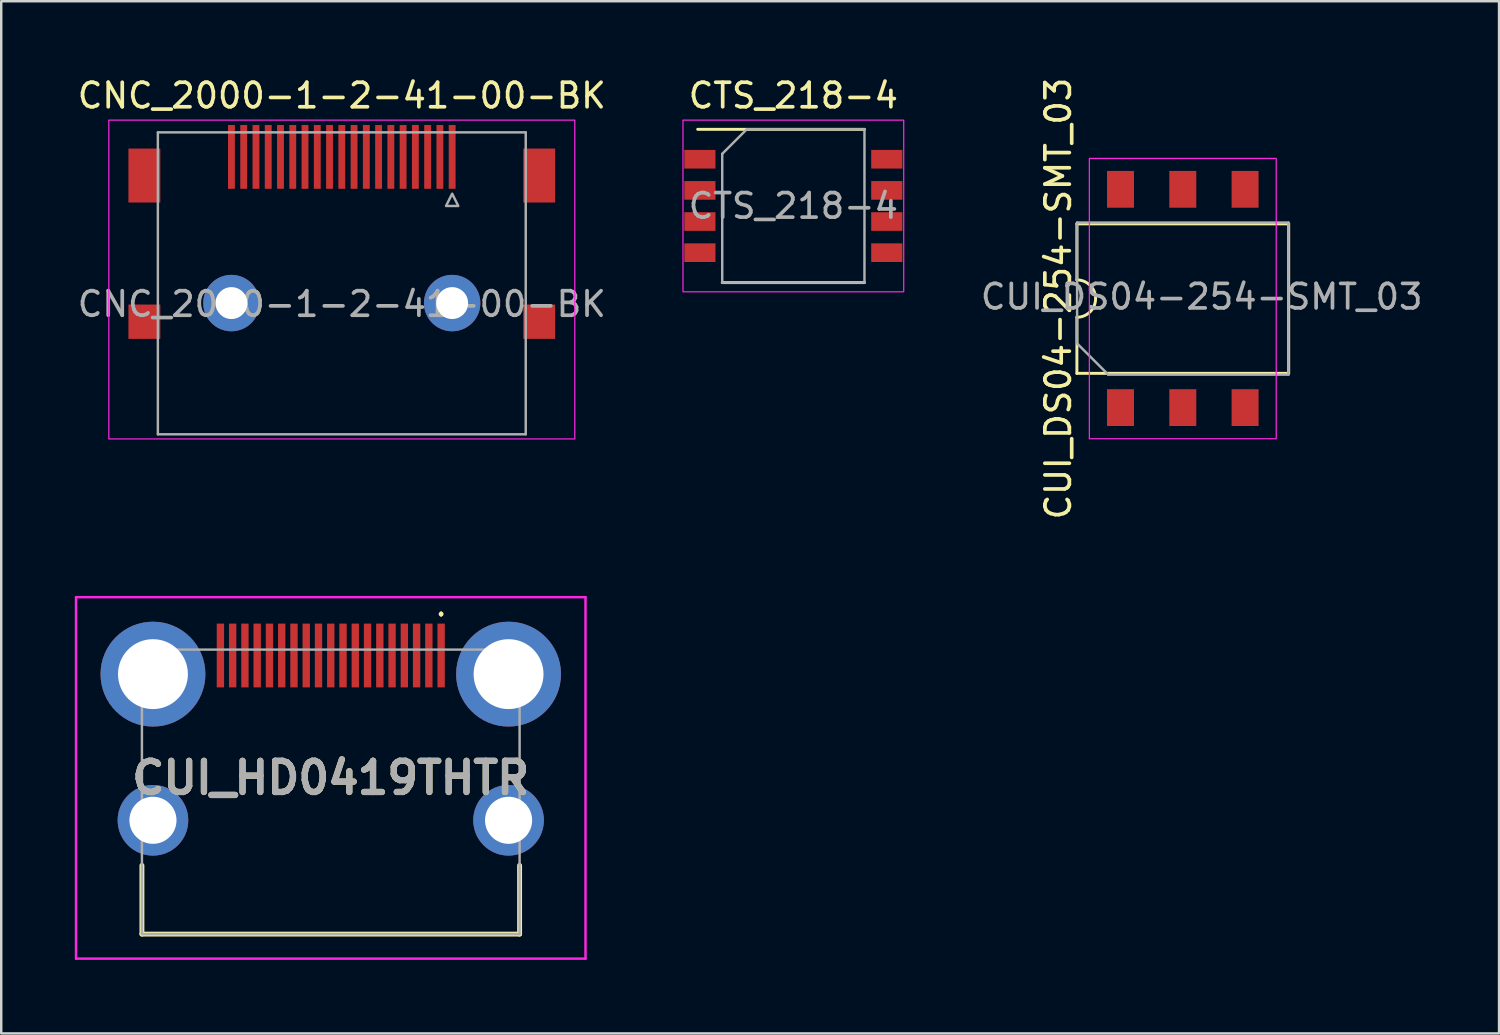
<source format=kicad_pcb>
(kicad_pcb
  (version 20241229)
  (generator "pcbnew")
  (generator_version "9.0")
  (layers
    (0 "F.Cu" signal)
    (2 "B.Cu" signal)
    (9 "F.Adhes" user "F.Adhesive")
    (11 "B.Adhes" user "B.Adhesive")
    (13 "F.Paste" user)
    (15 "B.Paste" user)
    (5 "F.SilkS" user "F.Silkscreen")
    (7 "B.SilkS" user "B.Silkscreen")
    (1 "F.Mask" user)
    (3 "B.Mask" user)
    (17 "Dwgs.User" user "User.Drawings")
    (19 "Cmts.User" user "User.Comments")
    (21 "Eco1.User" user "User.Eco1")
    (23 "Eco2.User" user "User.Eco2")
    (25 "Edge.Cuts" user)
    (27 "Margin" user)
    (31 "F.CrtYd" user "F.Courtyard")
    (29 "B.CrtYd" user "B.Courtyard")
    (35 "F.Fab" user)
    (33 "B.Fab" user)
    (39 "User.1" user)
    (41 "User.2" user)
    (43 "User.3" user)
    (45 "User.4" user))
  (footprint "CNC_2000-1-2-41-00-BK"
    (layer "F.Cu")
    (at 10.887 3.348)
    (property "Reference" "CNC_2000-1-2-41-00-BK" (at 0 -2.5 0) (unlocked yes) (layer "F.SilkS") (effects (font (size 1 1) (thickness 0.15))))
    (attr through_hole)
    (fp_rect (start -9.5 -1.5) (end 9.5 11.5) (stroke (width 0.05) (type solid)) (fill no) (layer "F.CrtYd"))
    (fp_line (start -7.5 -1) (end -7.5 11.31) (stroke (width 0.1) (type solid)) (layer "F.Fab"))
    (fp_line (start -7.5 11.31) (end 7.5 11.31) (stroke (width 0.1) (type solid)) (layer "F.Fab"))
    (fp_line (start 7.5 -1) (end -7.5 -1) (stroke (width 0.1) (type solid)) (layer "F.Fab"))
    (fp_line (start 7.5 11.31) (end 7.5 -1) (stroke (width 0.1) (type solid)) (layer "F.Fab"))
    (fp_poly (pts (xy 4.75 2) (xy 4.25 2) (xy 4.5 1.5)) (stroke (width 0.1) (type solid)) (fill no) (layer "F.Fab"))
    (fp_text user "${REFERENCE}" (at 0 6 0) (unlocked yes) (layer "F.Fab") (effects (font (size 1 1) (thickness 0.15))))
    (pad "1" smd rect (at 4.5 0) (size 0.28 2.6) (layers "F.Cu" "F.Mask" "F.Paste"))
    (pad "2" smd rect (at 4 0) (size 0.28 2.6) (layers "F.Cu" "F.Mask" "F.Paste"))
    (pad "3" smd rect (at 3.5 0) (size 0.28 2.6) (layers "F.Cu" "F.Mask" "F.Paste"))
    (pad "4" smd rect (at 3 0) (size 0.28 2.6) (layers "F.Cu" "F.Mask" "F.Paste"))
    (pad "5" smd rect (at 2.5 0) (size 0.28 2.6) (layers "F.Cu" "F.Mask" "F.Paste"))
    (pad "6" smd rect (at 2 0) (size 0.28 2.6) (layers "F.Cu" "F.Mask" "F.Paste"))
    (pad "7" smd rect (at 1.5 0) (size 0.28 2.6) (layers "F.Cu" "F.Mask" "F.Paste"))
    (pad "8" smd rect (at 1 0) (size 0.28 2.6) (layers "F.Cu" "F.Mask" "F.Paste"))
    (pad "9" smd rect (at 0.5 0) (size 0.28 2.6) (layers "F.Cu" "F.Mask" "F.Paste"))
    (pad "10" smd rect (at 0 0) (size 0.28 2.6) (layers "F.Cu" "F.Mask" "F.Paste"))
    (pad "11" smd rect (at -0.5 0) (size 0.28 2.6) (layers "F.Cu" "F.Mask" "F.Paste"))
    (pad "12" smd rect (at -1 0) (size 0.28 2.6) (layers "F.Cu" "F.Mask" "F.Paste"))
    (pad "13" smd rect (at -1.5 0) (size 0.28 2.6) (layers "F.Cu" "F.Mask" "F.Paste"))
    (pad "14" smd rect (at -2 0) (size 0.28 2.6) (layers "F.Cu" "F.Mask" "F.Paste"))
    (pad "15" smd rect (at -2.5 0) (size 0.28 2.6) (layers "F.Cu" "F.Mask" "F.Paste"))
    (pad "16" smd rect (at -3 0) (size 0.28 2.6) (layers "F.Cu" "F.Mask" "F.Paste"))
    (pad "17" smd rect (at -3.5 0) (size 0.28 2.6) (layers "F.Cu" "F.Mask" "F.Paste"))
    (pad "18" smd rect (at -4 0) (size 0.28 2.6) (layers "F.Cu" "F.Mask" "F.Paste"))
    (pad "19" smd rect (at -4.5 0) (size 0.28 2.6) (layers "F.Cu" "F.Mask" "F.Paste"))
    (pad "SHLD" smd rect (at -8.05 0.76) (size 1.3 2.2) (layers "F.Cu" "F.Mask" "F.Paste"))
    (pad "SHLD" smd rect (at -8.05 6.72) (size 1.3 1.4) (layers "F.Cu" "F.Mask" "F.Paste"))
    (pad "SHLD" thru_hole circle (at -4.5 5.96) (size 2.3 2.3) (drill 1.3) (layers "*.Cu" "*.Mask"))
    (pad "SHLD" thru_hole circle (at 4.5 5.96) (size 2.3 2.3) (drill 1.3) (layers "*.Cu" "*.Mask"))
    (pad "SHLD" smd rect (at 8.05 0.76) (size 1.3 2.2) (layers "F.Cu" "F.Mask" "F.Paste"))
    (pad "SHLD" smd rect (at 8.05 6.72) (size 1.3 1.4) (layers "F.Cu" "F.Mask" "F.Paste")))
  (footprint "CUI_DS04-254-SMT_03"
    (layer "F.Cu")
    (at 45.179 9.125)
    (property "Reference" "CUI_DS04-254-SMT_03" (at -5.08 0 90) (unlocked yes) (layer "F.SilkS") (effects (font (size 1 1) (thickness 0.15))))
    (attr smd)
    (fp_line (start -4.318 -3.048) (end 4.318 -3.048) (stroke (width 0.12) (type solid)) (layer "F.SilkS"))
    (fp_line (start -4.318 -0.762) (end -4.318 -3.048) (stroke (width 0.12) (type solid)) (layer "F.SilkS"))
    (fp_line (start -4.318 0.762) (end -4.318 3.048) (stroke (width 0.12) (type solid)) (layer "F.SilkS"))
    (fp_line (start 4.318 -3.048) (end 4.318 3.048) (stroke (width 0.12) (type solid)) (layer "F.SilkS"))
    (fp_line (start 4.318 3.048) (end -4.318 3.048) (stroke (width 0.12) (type solid)) (layer "F.SilkS"))
    (fp_arc (start -4.318 -0.762) (mid -3.556 0) (end -4.318 0.762) (stroke (width 0.12) (type solid)) (layer "F.SilkS"))
    (fp_rect (start -3.81 -5.715) (end 3.81 5.715) (stroke (width 0.05) (type solid)) (fill no) (layer "F.CrtYd"))
    (fp_line (start -4.31 -3.1) (end -4.31 1.83) (stroke (width 0.1) (type solid)) (layer "F.Fab"))
    (fp_line (start -4.31 -3.1) (end 4.31 -3.1) (stroke (width 0.1) (type solid)) (layer "F.Fab"))
    (fp_line (start -4.31 1.83) (end -3.04 3.1) (stroke (width 0.1) (type solid)) (layer "F.Fab"))
    (fp_line (start -3.04 3.1) (end 4.31 3.1) (stroke (width 0.1) (type solid)) (layer "F.Fab"))
    (fp_line (start 4.31 3.1) (end 4.31 -3.1) (stroke (width 0.1) (type solid)) (layer "F.Fab"))
    (fp_text user "${REFERENCE}" (at 0.77 -0.075 0) (unlocked yes) (layer "F.Fab") (effects (font (size 1 1) (thickness 0.15))))
    (pad "1" smd rect (at -2.54 4.445) (size 1.1 1.5) (layers "F.Cu" "F.Mask" "F.Paste"))
    (pad "2" smd rect (at -2.54 -4.455) (size 1.1 1.5) (layers "F.Cu" "F.Mask" "F.Paste"))
    (pad "3" smd rect (at 0 4.445) (size 1.1 1.5) (layers "F.Cu" "F.Mask" "F.Paste"))
    (pad "4" smd rect (at 0 -4.455) (size 1.1 1.5) (layers "F.Cu" "F.Mask" "F.Paste"))
    (pad "5" smd rect (at 2.54 4.445) (size 1.1 1.5) (layers "F.Cu" "F.Mask" "F.Paste"))
    (pad "6" smd rect (at 2.54 -4.455) (size 1.1 1.5) (layers "F.Cu" "F.Mask" "F.Paste")))
  (footprint "CTS_218-4"
    (layer "F.Cu")
    (at 29.299 5.348)
    (property "Reference" "CTS_218-4" (at 0 -4.5 0) (unlocked yes) (layer "F.SilkS") (effects (font (size 1 1) (thickness 0.15))))
    (attr smd)
    (fp_line (start -3.9 -3.125) (end 2.9 -3.125) (stroke (width 0.12) (type solid)) (layer "F.SilkS"))
    (fp_line (start -2.9 3.125) (end 2.9 3.125) (stroke (width 0.12) (type solid)) (layer "F.SilkS"))
    (fp_rect (start -4.5 -3.5) (end 4.5 3.5) (stroke (width 0.05) (type solid)) (fill no) (layer "F.CrtYd"))
    (fp_line (start -2.9 -2.125) (end -2.9 3.125) (stroke (width 0.1) (type solid)) (layer "F.Fab"))
    (fp_line (start -1.9 -3.125) (end -2.9 -2.125) (stroke (width 0.1) (type solid)) (layer "F.Fab"))
    (fp_line (start 2.9 -3.125) (end -1.9 -3.125) (stroke (width 0.1) (type solid)) (layer "F.Fab"))
    (fp_line (start 2.9 -3.125) (end 2.9 3.125) (stroke (width 0.1) (type solid)) (layer "F.Fab"))
    (fp_line (start 2.9 3.125) (end -2.9 3.125) (stroke (width 0.1) (type solid)) (layer "F.Fab"))
    (fp_text user "${REFERENCE}" (at 0 0 0) (unlocked yes) (layer "F.Fab") (effects (font (size 1 1) (thickness 0.15))))
    (pad "1" smd rect (at -3.81 -1.905 270) (size 0.76 1.27) (layers "F.Cu" "F.Mask" "F.Paste"))
    (pad "2" smd rect (at -3.81 -0.635 270) (size 0.76 1.27) (layers "F.Cu" "F.Mask" "F.Paste"))
    (pad "3" smd rect (at -3.81 0.635 270) (size 0.76 1.27) (layers "F.Cu" "F.Mask" "F.Paste"))
    (pad "4" smd rect (at -3.81 1.905 270) (size 0.76 1.27) (layers "F.Cu" "F.Mask" "F.Paste"))
    (pad "5" smd rect (at 3.81 1.905 270) (size 0.76 1.27) (layers "F.Cu" "F.Mask" "F.Paste"))
    (pad "6" smd rect (at 3.81 0.635 270) (size 0.76 1.27) (layers "F.Cu" "F.Mask" "F.Paste"))
    (pad "7" smd rect (at 3.81 -0.635 270) (size 0.76 1.27) (layers "F.Cu" "F.Mask" "F.Paste"))
    (pad "8" smd rect (at 3.81 -1.905 270) (size 0.76 1.27) (layers "F.Cu" "F.Mask" "F.Paste")))
  (footprint "CUI_HD0419THTR"
    (layer "F.Cu")
    (at 10.437 29.238)
    (property "Reference" "CUI_HD0419THTR" (at 0 -0.569 0) (layer "F.SilkS") (effects (font (size 1.27 1.27) (thickness 0.254))))
    (attr through_hole)
    (fp_line (start -7.7 3) (end -7.7 5.8) (stroke (width 0.2) (type solid)) (layer "F.SilkS"))
    (fp_line (start -7.7 5.8) (end 7.7 5.8) (stroke (width 0.2) (type solid)) (layer "F.SilkS"))
    (fp_line (start 4.5 -7.3) (end 4.5 -7.3) (stroke (width 0.1) (type solid)) (layer "F.SilkS"))
    (fp_line (start 4.5 -7.2) (end 4.5 -7.2) (stroke (width 0.1) (type solid)) (layer "F.SilkS"))
    (fp_line (start 7.7 5.8) (end 7.7 3) (stroke (width 0.2) (type solid)) (layer "F.SilkS"))
    (fp_arc (start 4.5 -7.3) (mid 4.55 -7.25) (end 4.5 -7.2) (stroke (width 0.1) (type solid)) (layer "F.SilkS"))
    (fp_arc (start 4.5 -7.2) (mid 4.45 -7.25) (end 4.5 -7.3) (stroke (width 0.1) (type solid)) (layer "F.SilkS"))
    (fp_line (start -10.387 -7.938) (end 10.387 -7.938) (stroke (width 0.1) (type solid)) (layer "F.CrtYd"))
    (fp_line (start -10.387 6.8) (end -10.387 -7.938) (stroke (width 0.1) (type solid)) (layer "F.CrtYd"))
    (fp_line (start 10.387 -7.938) (end 10.387 6.8) (stroke (width 0.1) (type solid)) (layer "F.CrtYd"))
    (fp_line (start 10.387 6.8) (end -10.387 6.8) (stroke (width 0.1) (type solid)) (layer "F.CrtYd"))
    (fp_line (start -7.7 -5.8) (end 7.7 -5.8) (stroke (width 0.1) (type solid)) (layer "F.Fab"))
    (fp_line (start -7.7 5.8) (end -7.7 -5.8) (stroke (width 0.1) (type solid)) (layer "F.Fab"))
    (fp_line (start 7.7 -5.8) (end 7.7 5.8) (stroke (width 0.1) (type solid)) (layer "F.Fab"))
    (fp_line (start 7.7 5.8) (end -7.7 5.8) (stroke (width 0.1) (type solid)) (layer "F.Fab"))
    (fp_text user "${REFERENCE}" (at 0 -0.569 0) (layer "F.Fab") (effects (font (size 1.27 1.27) (thickness 0.254))))
    (pad "1" smd rect (at 4.5 -5.56) (size 0.3 2.6) (layers "F.Cu" "F.Mask" "F.Paste"))
    (pad "2" smd rect (at 4 -5.56) (size 0.3 2.6) (layers "F.Cu" "F.Mask" "F.Paste"))
    (pad "3" smd rect (at 3.5 -5.56) (size 0.3 2.6) (layers "F.Cu" "F.Mask" "F.Paste"))
    (pad "4" smd rect (at 3 -5.56) (size 0.3 2.6) (layers "F.Cu" "F.Mask" "F.Paste"))
    (pad "5" smd rect (at 2.5 -5.56) (size 0.3 2.6) (layers "F.Cu" "F.Mask" "F.Paste"))
    (pad "6" smd rect (at 2 -5.56) (size 0.3 2.6) (layers "F.Cu" "F.Mask" "F.Paste"))
    (pad "7" smd rect (at 1.5 -5.56) (size 0.3 2.6) (layers "F.Cu" "F.Mask" "F.Paste"))
    (pad "8" smd rect (at 1 -5.56) (size 0.3 2.6) (layers "F.Cu" "F.Mask" "F.Paste"))
    (pad "9" smd rect (at 0.5 -5.56) (size 0.3 2.6) (layers "F.Cu" "F.Mask" "F.Paste"))
    (pad "10" smd rect (at 0 -5.56) (size 0.3 2.6) (layers "F.Cu" "F.Mask" "F.Paste"))
    (pad "11" smd rect (at -0.5 -5.56) (size 0.3 2.6) (layers "F.Cu" "F.Mask" "F.Paste"))
    (pad "12" smd rect (at -1 -5.56) (size 0.3 2.6) (layers "F.Cu" "F.Mask" "F.Paste"))
    (pad "13" smd rect (at -1.5 -5.56) (size 0.3 2.6) (layers "F.Cu" "F.Mask" "F.Paste"))
    (pad "14" smd rect (at -2 -5.56) (size 0.3 2.6) (layers "F.Cu" "F.Mask" "F.Paste"))
    (pad "15" smd rect (at -2.5 -5.56) (size 0.3 2.6) (layers "F.Cu" "F.Mask" "F.Paste"))
    (pad "16" smd rect (at -3 -5.56) (size 0.3 2.6) (layers "F.Cu" "F.Mask" "F.Paste"))
    (pad "17" smd rect (at -3.5 -5.56) (size 0.3 2.6) (layers "F.Cu" "F.Mask" "F.Paste"))
    (pad "18" smd rect (at -4 -5.56) (size 0.3 2.6) (layers "F.Cu" "F.Mask" "F.Paste"))
    (pad "19" smd rect (at -4.5 -5.56) (size 0.3 2.6) (layers "F.Cu" "F.Mask" "F.Paste"))
    (pad "MH1" thru_hole circle (at 7.25 -4.8) (size 4.275 4.275) (drill 2.85) (layers "*.Cu" "*.Mask"))
    (pad "MH2" thru_hole circle (at -7.25 -4.8) (size 4.275 4.275) (drill 2.85) (layers "*.Cu" "*.Mask"))
    (pad "MH3" thru_hole circle (at 7.25 1.16) (size 2.88 2.88) (drill 1.92) (layers "*.Cu" "*.Mask"))
    (pad "MH4" thru_hole circle (at -7.25 1.16) (size 2.88 2.88) (drill 1.92) (layers "*.Cu" "*.Mask")))
  (gr_rect
    (start -3 -3)
    (end 58.074 39.088)
    (stroke (width 0.1) (type default))
    (fill no)
    (layer "Edge.Cuts")))
</source>
